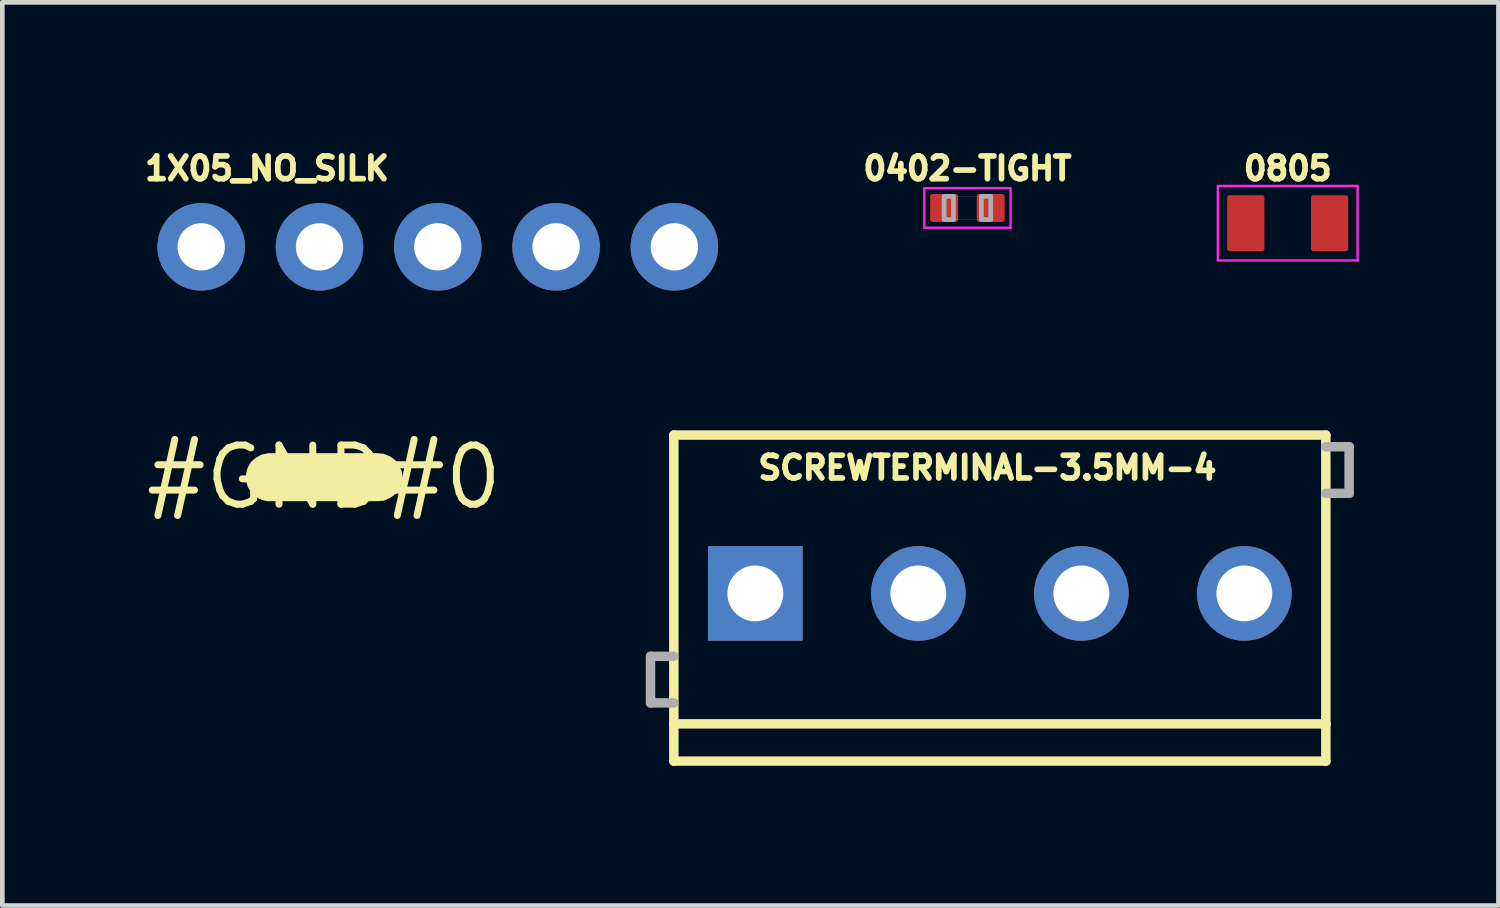
<source format=kicad_pcb>
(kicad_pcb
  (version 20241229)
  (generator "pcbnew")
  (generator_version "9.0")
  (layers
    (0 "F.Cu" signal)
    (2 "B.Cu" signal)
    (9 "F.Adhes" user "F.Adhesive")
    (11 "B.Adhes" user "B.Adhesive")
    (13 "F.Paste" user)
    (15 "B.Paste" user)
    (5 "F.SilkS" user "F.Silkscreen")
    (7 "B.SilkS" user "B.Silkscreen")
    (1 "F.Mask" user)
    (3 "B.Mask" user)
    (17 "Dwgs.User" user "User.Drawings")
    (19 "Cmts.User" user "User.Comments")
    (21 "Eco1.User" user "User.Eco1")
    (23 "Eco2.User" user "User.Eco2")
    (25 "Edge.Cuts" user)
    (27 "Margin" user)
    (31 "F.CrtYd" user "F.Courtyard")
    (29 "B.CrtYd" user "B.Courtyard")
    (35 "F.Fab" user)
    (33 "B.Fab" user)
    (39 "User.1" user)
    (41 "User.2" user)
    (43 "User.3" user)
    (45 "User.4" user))
  (footprint "SCREWTERMINAL-3.5MM-4"
    (layer "F.Cu")
    (at 13.168 9.692)
    (property "Reference" "SCREWTERMINAL-3.5MM-4" (at 0 -2.413 0) (unlocked yes) (layer "F.SilkS") (effects (font (size 0.488 0.488) (thickness 0.122)) (justify left bottom)))
    (fp_line (start -1.75 -3.4) (end 12.25 -3.4) (stroke (width 0.203) (type solid)) (layer "F.SilkS"))
    (fp_line (start -1.75 2.8) (end -1.75 -3.4) (stroke (width 0.203) (type solid)) (layer "F.SilkS"))
    (fp_line (start -1.75 3.6) (end -1.75 2.8) (stroke (width 0.203) (type solid)) (layer "F.SilkS"))
    (fp_line (start 12.25 -3.4) (end 12.25 2.8) (stroke (width 0.203) (type solid)) (layer "F.SilkS"))
    (fp_line (start 12.25 2.8) (end -1.75 2.8) (stroke (width 0.203) (type solid)) (layer "F.SilkS"))
    (fp_line (start 12.25 2.8) (end 12.25 3.6) (stroke (width 0.203) (type solid)) (layer "F.SilkS"))
    (fp_line (start 12.25 3.6) (end -1.75 3.6) (stroke (width 0.203) (type solid)) (layer "F.SilkS"))
    (fp_line (start -2.25 1.35) (end -2.25 2.35) (stroke (width 0.203) (type solid)) (layer "F.Fab"))
    (fp_line (start -2.25 2.35) (end -1.75 2.35) (stroke (width 0.203) (type solid)) (layer "F.Fab"))
    (fp_line (start -1.75 1.35) (end -2.25 1.35) (stroke (width 0.203) (type solid)) (layer "F.Fab"))
    (fp_line (start 12.25 -3.15) (end 12.75 -3.15) (stroke (width 0.203) (type solid)) (layer "F.Fab"))
    (fp_line (start 12.75 -3.15) (end 12.75 -2.15) (stroke (width 0.203) (type solid)) (layer "F.Fab"))
    (fp_line (start 12.75 -2.15) (end 12.25 -2.15) (stroke (width 0.203) (type solid)) (layer "F.Fab"))
    (fp_circle (center 0 0) (end 0.425 0) (stroke (width 0.001) (type solid)) (fill no) (layer "F.Fab"))
    (fp_circle (center 3.5 0) (end 3.925 0) (stroke (width 0.001) (type solid)) (fill no) (layer "F.Fab"))
    (fp_circle (center 7 0) (end 7.425 0) (stroke (width 0.001) (type solid)) (fill no) (layer "F.Fab"))
    (fp_circle (center 10.5 0) (end 10.925 0) (stroke (width 0.001) (type solid)) (fill no) (layer "F.Fab"))
    (pad "1" thru_hole rect (at 0 0) (size 2.032 2.032) (drill 1.2) (layers "*.Cu" "*.Mask"))
    (pad "2" thru_hole circle (at 3.5 0) (size 2.032 2.032) (drill 1.2) (layers "*.Cu" "*.Mask"))
    (pad "3" thru_hole circle (at 7 0) (size 2.032 2.032) (drill 1.2) (layers "*.Cu" "*.Mask"))
    (pad "4" thru_hole circle (at 10.5 0) (size 2.032 2.032) (drill 1.2) (layers "*.Cu" "*.Mask")))
  (footprint "#GND#0"
    (layer "F.Cu")
    (at 3.908 7.196)
    (property "Reference" "#GND#0" (at 0 0 0) (layer "F.SilkS") (effects (font (size 1.27 1.27) (thickness 0.15))))
    (fp_poly (pts (xy 0.782 -0.174) (xy 0.824 -0.144) (xy 0.854 -0.103) (xy 0.875 -0.062) (xy 0.885 -0.01) (xy 0.885 0.051) (xy 0.864 0.093) (xy 0.824 0.133) (xy 0.793 0.175) (xy 0.72 0.185) (xy 0.616 0.185) (xy 0.605 0.141) (xy 0.605 -0.162) (xy 0.627 -0.195) (xy 0.731 -0.195)) (stroke (width 0) (type default)) (fill yes) (layer "F.SilkS"))
    (fp_poly (pts (xy 1.17 -0.515) (xy 1.22 -0.505) (xy 1.271 -0.505) (xy 1.322 -0.485) (xy 1.372 -0.465) (xy 1.422 -0.444) (xy 1.463 -0.414) (xy 1.503 -0.384) (xy 1.544 -0.354) (xy 1.574 -0.313) (xy 1.604 -0.272) (xy 1.625 -0.222) (xy 1.645 -0.182) (xy 1.665 -0.131) (xy 1.675 -0.08) (xy 1.675 0.07) (xy 1.665 0.121) (xy 1.645 0.172) (xy 1.625 0.222) (xy 1.604 0.262) (xy 1.574 0.313) (xy 1.544 0.354) (xy 1.503 0.384) (xy 1.463 0.414) (xy 1.422 0.444) (xy 1.372 0.465) (xy 1.332 0.485) (xy 1.281 0.505) (xy 1.23 0.505) (xy 1.18 0.515) (xy -1.21 0.515) (xy -1.261 0.505) (xy -1.311 0.495) (xy -1.362 0.475) (xy -1.412 0.454) (xy -1.453 0.424) (xy -1.493 0.394) (xy -1.534 0.364) (xy -1.564 0.323) (xy -1.594 0.283) (xy -1.624 0.232) (xy -1.645 0.192) (xy -1.655 0.141) (xy -1.675 0.091) (xy -1.675 -0.06) (xy -1.665 -0.111) (xy -1.655 -0.161) (xy -1.635 -0.212) (xy -1.614 -0.252) (xy -1.584 -0.303) (xy -1.554 -0.344) (xy -1.513 -0.374) (xy -1.473 -0.414) (xy -1.432 -0.434) (xy -1.382 -0.464) (xy -1.342 -0.485) (xy -1.291 -0.495) (xy -1.241 -0.505) (xy -1.19 -0.515)) (stroke (width 0) (type default)) (fill yes) (layer "F.SilkS")))
  (footprint "1X05_NO_SILK"
    (layer "F.Cu")
    (at 1.27 2.25)
    (property "Reference" "1X05_NO_SILK" (at -1.27 -1.397 0) (unlocked yes) (layer "F.SilkS") (effects (font (size 0.488 0.488) (thickness 0.122)) (justify left bottom)))
    (fp_poly (pts (xy -0.254 0.254) (xy 0.254 0.254) (xy 0.254 -0.254) (xy -0.254 -0.254)) (stroke (width 0.1) (type default)) (fill no) (layer "F.Fab"))
    (fp_poly (pts (xy 2.286 0.254) (xy 2.794 0.254) (xy 2.794 -0.254) (xy 2.286 -0.254)) (stroke (width 0.1) (type default)) (fill no) (layer "F.Fab"))
    (fp_poly (pts (xy 4.826 0.254) (xy 5.334 0.254) (xy 5.334 -0.254) (xy 4.826 -0.254)) (stroke (width 0.1) (type default)) (fill no) (layer "F.Fab"))
    (fp_poly (pts (xy 7.366 0.254) (xy 7.874 0.254) (xy 7.874 -0.254) (xy 7.366 -0.254)) (stroke (width 0.1) (type default)) (fill no) (layer "F.Fab"))
    (fp_poly (pts (xy 9.906 0.254) (xy 10.414 0.254) (xy 10.414 -0.254) (xy 9.906 -0.254)) (stroke (width 0.1) (type default)) (fill no) (layer "F.Fab"))
    (pad "1" thru_hole circle (at 0 0 90) (size 1.88 1.88) (drill 1.016) (layers "*.Cu" "*.Mask"))
    (pad "2" thru_hole circle (at 2.54 0 90) (size 1.88 1.88) (drill 1.016) (layers "*.Cu" "*.Mask"))
    (pad "3" thru_hole circle (at 5.08 0 90) (size 1.88 1.88) (drill 1.016) (layers "*.Cu" "*.Mask"))
    (pad "4" thru_hole circle (at 7.62 0 90) (size 1.88 1.88) (drill 1.016) (layers "*.Cu" "*.Mask"))
    (pad "5" thru_hole circle (at 10.16 0 90) (size 1.88 1.88) (drill 1.016) (layers "*.Cu" "*.Mask")))
  (footprint "0402-TIGHT"
    (layer "F.Cu")
    (at 17.722 1.415)
    (property "Reference" "0402-TIGHT" (at 0 -0.562 0) (unlocked yes) (layer "F.SilkS") (effects (font (size 0.488 0.488) (thickness 0.122)) (justify bottom)))
    (fp_line (start -0.926 -0.426) (end -0.926 0.426) (stroke (width 0.05) (type solid)) (layer "F.CrtYd"))
    (fp_line (start -0.926 0.426) (end 0.926 0.426) (stroke (width 0.05) (type solid)) (layer "F.CrtYd"))
    (fp_line (start 0.926 -0.426) (end -0.926 -0.426) (stroke (width 0.05) (type solid)) (layer "F.CrtYd"))
    (fp_line (start 0.926 0.426) (end 0.926 -0.426) (stroke (width 0.05) (type solid)) (layer "F.CrtYd"))
    (fp_line (start -0.5 -0.25) (end 0.5 -0.25) (stroke (width 0.003) (type solid)) (layer "F.Fab"))
    (fp_line (start -0.5 0.25) (end -0.5 -0.25) (stroke (width 0.003) (type solid)) (layer "F.Fab"))
    (fp_line (start 0.5 -0.25) (end 0.5 0.25) (stroke (width 0.003) (type solid)) (layer "F.Fab"))
    (fp_line (start 0.5 0.25) (end -0.5 0.25) (stroke (width 0.003) (type solid)) (layer "F.Fab"))
    (fp_poly (pts (xy -0.5 0.25) (xy -0.3 0.25) (xy -0.3 -0.25) (xy -0.5 -0.25)) (stroke (width 0.1) (type default)) (fill no) (layer "F.Fab"))
    (fp_poly (pts (xy 0.5 -0.25) (xy 0.3 -0.25) (xy 0.3 0.25) (xy 0.5 0.25)) (stroke (width 0.1) (type default)) (fill no) (layer "F.Fab"))
    (pad "1" smd roundrect (at -0.5 0) (size 0.6 0.6) (layers "F.Cu" "F.Mask" "F.Paste") (roundrect_rratio 0.085))
    (pad "2" smd roundrect (at 0.5 0) (size 0.6 0.6) (layers "F.Cu" "F.Mask" "F.Paste") (roundrect_rratio 0.085)))
  (footprint "0805"
    (layer "F.Cu")
    (at 24.599 1.742)
    (property "Reference" "0805" (at 0 -0.889 0) (unlocked yes) (layer "F.SilkS") (effects (font (size 0.488 0.488) (thickness 0.122)) (justify bottom)))
    (fp_line (start -1.5 -0.8) (end 1.5 -0.8) (stroke (width 0.051) (type solid)) (layer "F.CrtYd"))
    (fp_line (start -1.5 0.8) (end -1.5 -0.8) (stroke (width 0.051) (type solid)) (layer "F.CrtYd"))
    (fp_line (start 1.5 -0.8) (end 1.5 0.8) (stroke (width 0.051) (type solid)) (layer "F.CrtYd"))
    (fp_line (start 1.5 0.8) (end -1.5 0.8) (stroke (width 0.051) (type solid)) (layer "F.CrtYd"))
    (pad "1" smd roundrect (at -0.9 0) (size 0.8 1.2) (layers "F.Cu" "F.Mask" "F.Paste") (roundrect_rratio 0.064))
    (pad "2" smd roundrect (at 0.9 0) (size 0.8 1.2) (layers "F.Cu" "F.Mask" "F.Paste") (roundrect_rratio 0.064)))
  (gr_rect
    (start -3 -3)
    (end 29.124 16.393)
    (stroke (width 0.1) (type default))
    (fill no)
    (layer "Edge.Cuts")))
</source>
